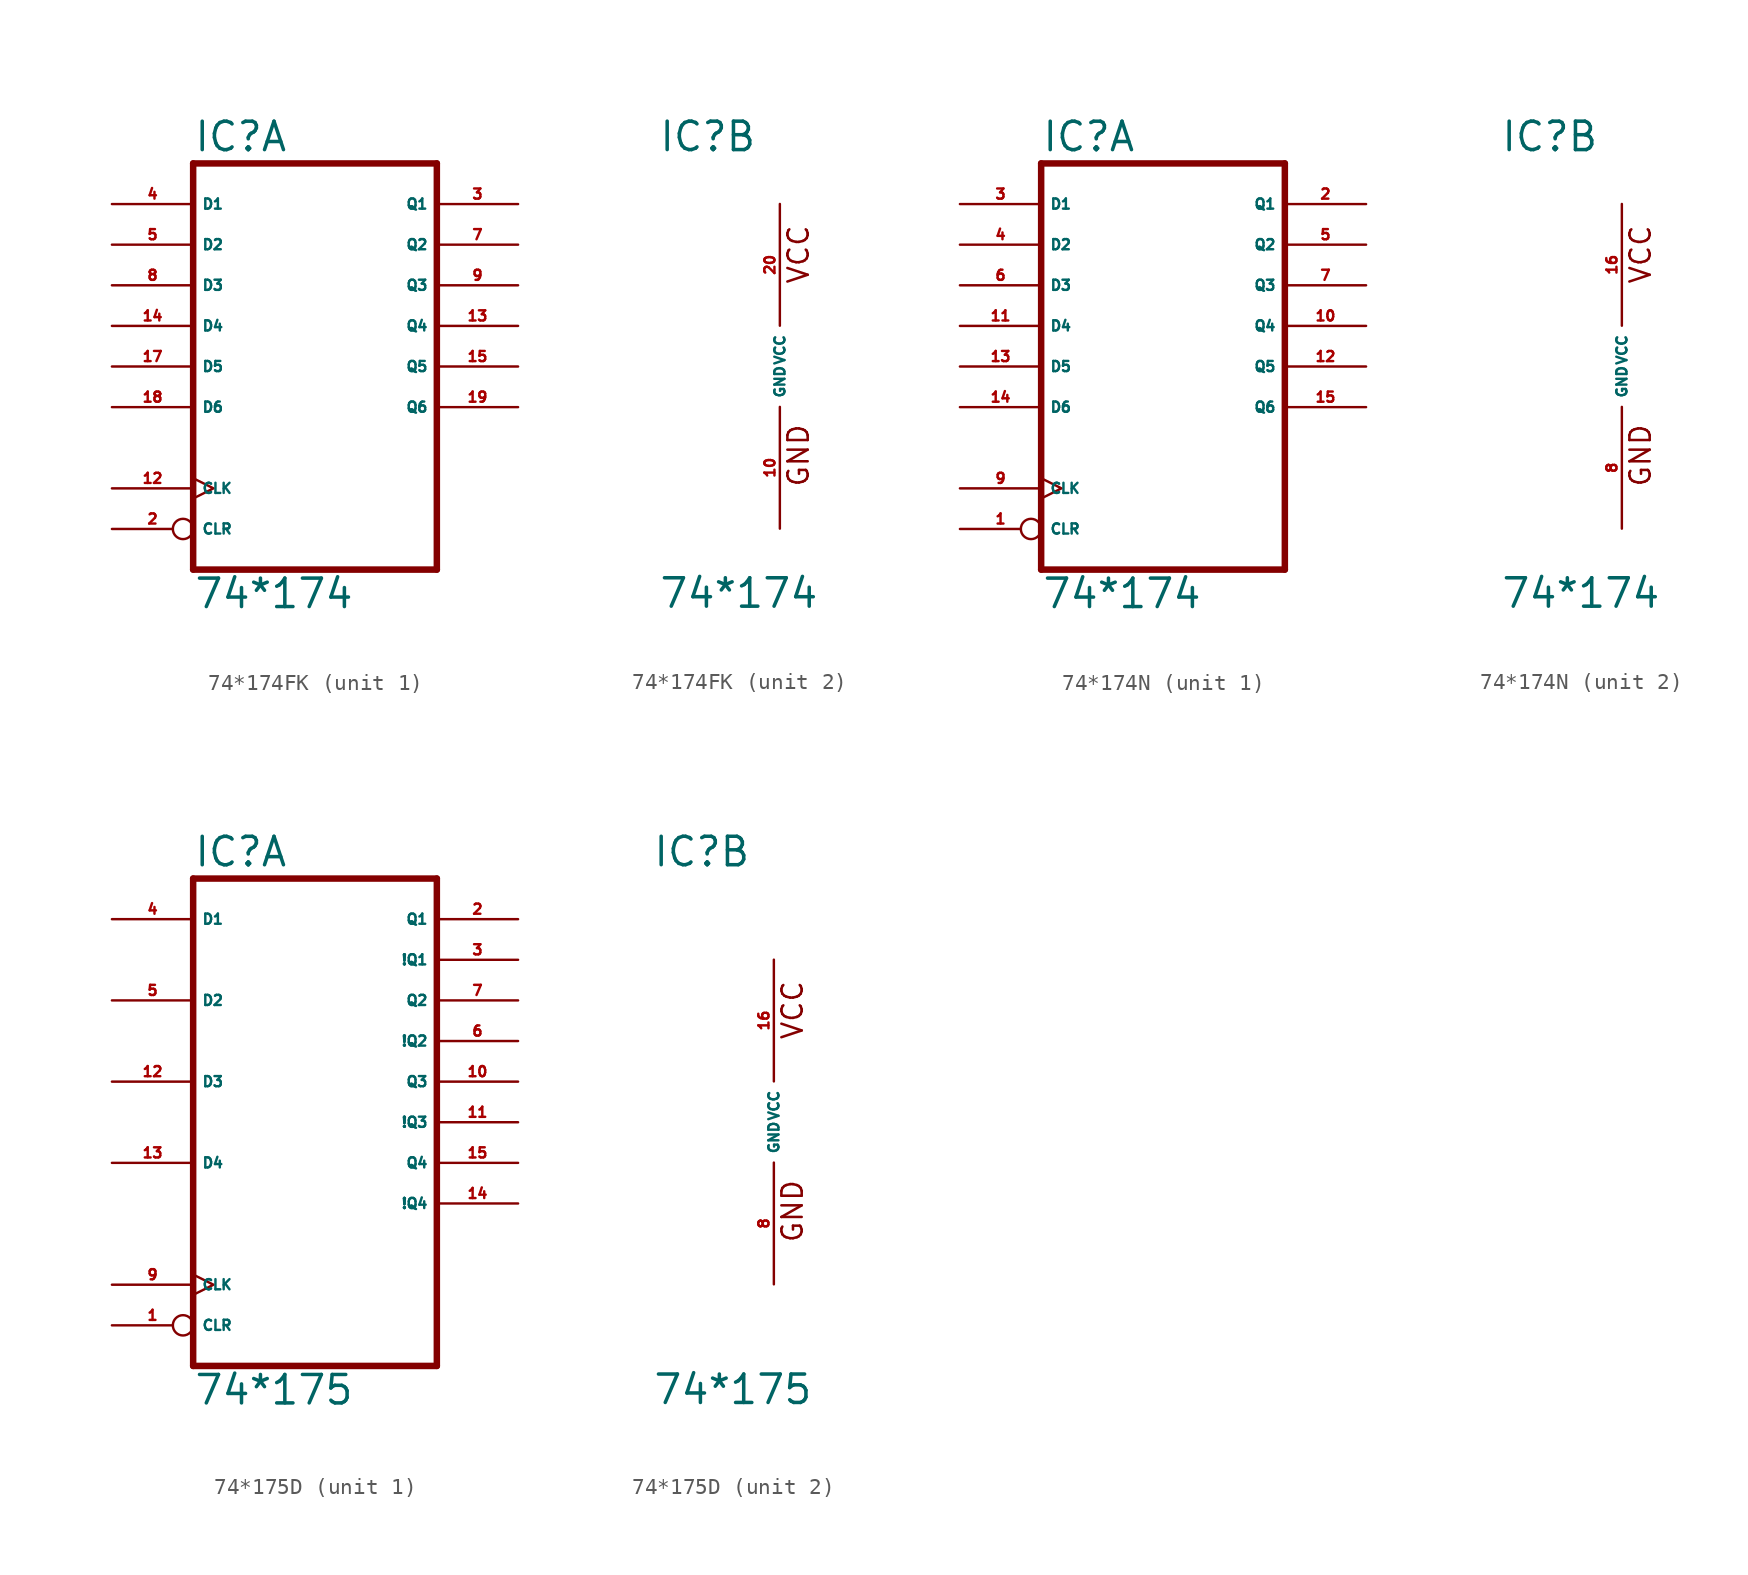
<source format=kicad_sym>
(kicad_symbol_lib
  (version 20220914)
  (generator Eagle2Kicad)
  (symbol "74*174FK"
    (property "Reference" "IC"
      (at -7.62 13.335 0)
      (effects (font (size 1.778 1.778) (thickness 0.22)) (justify left bottom)))
    (property "Value" "74*174"
      (at -7.62 -15.24 0)
      (effects (font (size 1.778 1.778) (thickness 0.22)) (justify left bottom)))
    (symbol "74*174FK_1_0"
      (polyline (pts (xy -7.62 -12.7) (xy 7.62 -12.7)) (stroke (width 0.406) (type default)) (fill (type none)))
      (polyline (pts (xy 7.62 -12.7) (xy 7.62 12.7)) (stroke (width 0.406) (type default)) (fill (type none)))
      (polyline (pts (xy 7.62 12.7) (xy -7.62 12.7)) (stroke (width 0.406) (type default)) (fill (type none)))
      (polyline (pts (xy -7.62 12.7) (xy -7.62 -12.7)) (stroke (width 0.406) (type default)) (fill (type none)))
      (pin input inverted (at -12.7 -10.16 0) (length 5.08) (name "CLR" (effects (font (size 0.635 0.635) (thickness 0.08)) (justify left bottom))) (number "2" (effects (font (size 0.635 0.635) (thickness 0.08)) (justify left bottom))))
      (pin output line (at 12.7 10.16 180) (length 5.08) (name "Q1" (effects (font (size 0.635 0.635) (thickness 0.08)) (justify left bottom))) (number "3" (effects (font (size 0.635 0.635) (thickness 0.08)) (justify left bottom))))
      (pin input line (at -12.7 10.16 0) (length 5.08) (name "D1" (effects (font (size 0.635 0.635) (thickness 0.08)) (justify left bottom))) (number "4" (effects (font (size 0.635 0.635) (thickness 0.08)) (justify left bottom))))
      (pin input line (at -12.7 7.62 0) (length 5.08) (name "D2" (effects (font (size 0.635 0.635) (thickness 0.08)) (justify left bottom))) (number "5" (effects (font (size 0.635 0.635) (thickness 0.08)) (justify left bottom))))
      (pin output line (at 12.7 7.62 180) (length 5.08) (name "Q2" (effects (font (size 0.635 0.635) (thickness 0.08)) (justify left bottom))) (number "7" (effects (font (size 0.635 0.635) (thickness 0.08)) (justify left bottom))))
      (pin input line (at -12.7 5.08 0) (length 5.08) (name "D3" (effects (font (size 0.635 0.635) (thickness 0.08)) (justify left bottom))) (number "8" (effects (font (size 0.635 0.635) (thickness 0.08)) (justify left bottom))))
      (pin output line (at 12.7 5.08 180) (length 5.08) (name "Q3" (effects (font (size 0.635 0.635) (thickness 0.08)) (justify left bottom))) (number "9" (effects (font (size 0.635 0.635) (thickness 0.08)) (justify left bottom))))
      (pin input clock (at -12.7 -7.62 0) (length 5.08) (name "CLK" (effects (font (size 0.635 0.635) (thickness 0.08)) (justify left bottom))) (number "12" (effects (font (size 0.635 0.635) (thickness 0.08)) (justify left bottom))))
      (pin output line (at 12.7 2.54 180) (length 5.08) (name "Q4" (effects (font (size 0.635 0.635) (thickness 0.08)) (justify left bottom))) (number "13" (effects (font (size 0.635 0.635) (thickness 0.08)) (justify left bottom))))
      (pin input line (at -12.7 2.54 0) (length 5.08) (name "D4" (effects (font (size 0.635 0.635) (thickness 0.08)) (justify left bottom))) (number "14" (effects (font (size 0.635 0.635) (thickness 0.08)) (justify left bottom))))
      (pin output line (at 12.7 0 180) (length 5.08) (name "Q5" (effects (font (size 0.635 0.635) (thickness 0.08)) (justify left bottom))) (number "15" (effects (font (size 0.635 0.635) (thickness 0.08)) (justify left bottom))))
      (pin input line (at -12.7 0 0) (length 5.08) (name "D5" (effects (font (size 0.635 0.635) (thickness 0.08)) (justify left bottom))) (number "17" (effects (font (size 0.635 0.635) (thickness 0.08)) (justify left bottom))))
      (pin input line (at -12.7 -2.54 0) (length 5.08) (name "D6" (effects (font (size 0.635 0.635) (thickness 0.08)) (justify left bottom))) (number "18" (effects (font (size 0.635 0.635) (thickness 0.08)) (justify left bottom))))
      (pin output line (at 12.7 -2.54 180) (length 5.08) (name "Q6" (effects (font (size 0.635 0.635) (thickness 0.08)) (justify left bottom))) (number "19" (effects (font (size 0.635 0.635) (thickness 0.08)) (justify left bottom)))))
    (symbol "74*174FK_2_0"
      (text "GND" (at 1.905 -7.62 900) (effects (font (size 1.27 1.27) (thickness 0.16)) (justify left bottom)))
      (text "VCC" (at 1.905 5.08 900) (effects (font (size 1.27 1.27) (thickness 0.16)) (justify left bottom)))
      (pin unspecified line (at 0 -10.16 90) (length 7.62) (name "GND" (effects (font (size 0.635 0.635) (thickness 0.08)) (justify left bottom))) (number "10" (effects (font (size 0.635 0.635) (thickness 0.08)) (justify left bottom))))
      (pin unspecified line (at 0 10.16 270) (length 7.62) (name "VCC" (effects (font (size 0.635 0.635) (thickness 0.08)) (justify left bottom))) (number "20" (effects (font (size 0.635 0.635) (thickness 0.08)) (justify left bottom))))))
  (symbol "74*174N"
    (property "Reference" "IC"
      (at -7.62 13.335 0)
      (effects (font (size 1.778 1.778) (thickness 0.22)) (justify left bottom)))
    (property "Value" "74*174"
      (at -7.62 -15.24 0)
      (effects (font (size 1.778 1.778) (thickness 0.22)) (justify left bottom)))
    (symbol "74*174N_1_0"
      (polyline (pts (xy -7.62 -12.7) (xy 7.62 -12.7)) (stroke (width 0.406) (type default)) (fill (type none)))
      (polyline (pts (xy 7.62 -12.7) (xy 7.62 12.7)) (stroke (width 0.406) (type default)) (fill (type none)))
      (polyline (pts (xy 7.62 12.7) (xy -7.62 12.7)) (stroke (width 0.406) (type default)) (fill (type none)))
      (polyline (pts (xy -7.62 12.7) (xy -7.62 -12.7)) (stroke (width 0.406) (type default)) (fill (type none)))
      (pin input inverted (at -12.7 -10.16 0) (length 5.08) (name "CLR" (effects (font (size 0.635 0.635) (thickness 0.08)) (justify left bottom))) (number "1" (effects (font (size 0.635 0.635) (thickness 0.08)) (justify left bottom))))
      (pin output line (at 12.7 10.16 180) (length 5.08) (name "Q1" (effects (font (size 0.635 0.635) (thickness 0.08)) (justify left bottom))) (number "2" (effects (font (size 0.635 0.635) (thickness 0.08)) (justify left bottom))))
      (pin input line (at -12.7 10.16 0) (length 5.08) (name "D1" (effects (font (size 0.635 0.635) (thickness 0.08)) (justify left bottom))) (number "3" (effects (font (size 0.635 0.635) (thickness 0.08)) (justify left bottom))))
      (pin input line (at -12.7 7.62 0) (length 5.08) (name "D2" (effects (font (size 0.635 0.635) (thickness 0.08)) (justify left bottom))) (number "4" (effects (font (size 0.635 0.635) (thickness 0.08)) (justify left bottom))))
      (pin output line (at 12.7 7.62 180) (length 5.08) (name "Q2" (effects (font (size 0.635 0.635) (thickness 0.08)) (justify left bottom))) (number "5" (effects (font (size 0.635 0.635) (thickness 0.08)) (justify left bottom))))
      (pin input line (at -12.7 5.08 0) (length 5.08) (name "D3" (effects (font (size 0.635 0.635) (thickness 0.08)) (justify left bottom))) (number "6" (effects (font (size 0.635 0.635) (thickness 0.08)) (justify left bottom))))
      (pin output line (at 12.7 5.08 180) (length 5.08) (name "Q3" (effects (font (size 0.635 0.635) (thickness 0.08)) (justify left bottom))) (number "7" (effects (font (size 0.635 0.635) (thickness 0.08)) (justify left bottom))))
      (pin input clock (at -12.7 -7.62 0) (length 5.08) (name "CLK" (effects (font (size 0.635 0.635) (thickness 0.08)) (justify left bottom))) (number "9" (effects (font (size 0.635 0.635) (thickness 0.08)) (justify left bottom))))
      (pin output line (at 12.7 2.54 180) (length 5.08) (name "Q4" (effects (font (size 0.635 0.635) (thickness 0.08)) (justify left bottom))) (number "10" (effects (font (size 0.635 0.635) (thickness 0.08)) (justify left bottom))))
      (pin input line (at -12.7 2.54 0) (length 5.08) (name "D4" (effects (font (size 0.635 0.635) (thickness 0.08)) (justify left bottom))) (number "11" (effects (font (size 0.635 0.635) (thickness 0.08)) (justify left bottom))))
      (pin output line (at 12.7 0 180) (length 5.08) (name "Q5" (effects (font (size 0.635 0.635) (thickness 0.08)) (justify left bottom))) (number "12" (effects (font (size 0.635 0.635) (thickness 0.08)) (justify left bottom))))
      (pin input line (at -12.7 0 0) (length 5.08) (name "D5" (effects (font (size 0.635 0.635) (thickness 0.08)) (justify left bottom))) (number "13" (effects (font (size 0.635 0.635) (thickness 0.08)) (justify left bottom))))
      (pin input line (at -12.7 -2.54 0) (length 5.08) (name "D6" (effects (font (size 0.635 0.635) (thickness 0.08)) (justify left bottom))) (number "14" (effects (font (size 0.635 0.635) (thickness 0.08)) (justify left bottom))))
      (pin output line (at 12.7 -2.54 180) (length 5.08) (name "Q6" (effects (font (size 0.635 0.635) (thickness 0.08)) (justify left bottom))) (number "15" (effects (font (size 0.635 0.635) (thickness 0.08)) (justify left bottom)))))
    (symbol "74*174N_2_0"
      (text "GND" (at 1.905 -7.62 900) (effects (font (size 1.27 1.27) (thickness 0.16)) (justify left bottom)))
      (text "VCC" (at 1.905 5.08 900) (effects (font (size 1.27 1.27) (thickness 0.16)) (justify left bottom)))
      (pin unspecified line (at 0 -10.16 90) (length 7.62) (name "GND" (effects (font (size 0.635 0.635) (thickness 0.08)) (justify left bottom))) (number "8" (effects (font (size 0.635 0.635) (thickness 0.08)) (justify left bottom))))
      (pin unspecified line (at 0 10.16 270) (length 7.62) (name "VCC" (effects (font (size 0.635 0.635) (thickness 0.08)) (justify left bottom))) (number "16" (effects (font (size 0.635 0.635) (thickness 0.08)) (justify left bottom))))))
  (symbol "74*175D"
    (property "Reference" "IC"
      (at -7.62 15.875 0)
      (effects (font (size 1.778 1.778) (thickness 0.22)) (justify left bottom)))
    (property "Value" "74*175"
      (at -7.62 -17.78 0)
      (effects (font (size 1.778 1.778) (thickness 0.22)) (justify left bottom)))
    (symbol "74*175D_1_0"
      (polyline (pts (xy -7.62 -15.24) (xy 7.62 -15.24)) (stroke (width 0.406) (type default)) (fill (type none)))
      (polyline (pts (xy 7.62 -15.24) (xy 7.62 15.24)) (stroke (width 0.406) (type default)) (fill (type none)))
      (polyline (pts (xy 7.62 15.24) (xy -7.62 15.24)) (stroke (width 0.406) (type default)) (fill (type none)))
      (polyline (pts (xy -7.62 15.24) (xy -7.62 -15.24)) (stroke (width 0.406) (type default)) (fill (type none)))
      (pin input inverted (at -12.7 -12.7 0) (length 5.08) (name "CLR" (effects (font (size 0.635 0.635) (thickness 0.08)) (justify left bottom))) (number "1" (effects (font (size 0.635 0.635) (thickness 0.08)) (justify left bottom))))
      (pin output line (at 12.7 12.7 180) (length 5.08) (name "Q1" (effects (font (size 0.635 0.635) (thickness 0.08)) (justify left bottom))) (number "2" (effects (font (size 0.635 0.635) (thickness 0.08)) (justify left bottom))))
      (pin output line (at 12.7 10.16 180) (length 5.08) (name "!Q1" (effects (font (size 0.635 0.635) (thickness 0.08)) (justify left bottom))) (number "3" (effects (font (size 0.635 0.635) (thickness 0.08)) (justify left bottom))))
      (pin input line (at -12.7 12.7 0) (length 5.08) (name "D1" (effects (font (size 0.635 0.635) (thickness 0.08)) (justify left bottom))) (number "4" (effects (font (size 0.635 0.635) (thickness 0.08)) (justify left bottom))))
      (pin input line (at -12.7 7.62 0) (length 5.08) (name "D2" (effects (font (size 0.635 0.635) (thickness 0.08)) (justify left bottom))) (number "5" (effects (font (size 0.635 0.635) (thickness 0.08)) (justify left bottom))))
      (pin output line (at 12.7 5.08 180) (length 5.08) (name "!Q2" (effects (font (size 0.635 0.635) (thickness 0.08)) (justify left bottom))) (number "6" (effects (font (size 0.635 0.635) (thickness 0.08)) (justify left bottom))))
      (pin output line (at 12.7 7.62 180) (length 5.08) (name "Q2" (effects (font (size 0.635 0.635) (thickness 0.08)) (justify left bottom))) (number "7" (effects (font (size 0.635 0.635) (thickness 0.08)) (justify left bottom))))
      (pin input clock (at -12.7 -10.16 0) (length 5.08) (name "CLK" (effects (font (size 0.635 0.635) (thickness 0.08)) (justify left bottom))) (number "9" (effects (font (size 0.635 0.635) (thickness 0.08)) (justify left bottom))))
      (pin output line (at 12.7 2.54 180) (length 5.08) (name "Q3" (effects (font (size 0.635 0.635) (thickness 0.08)) (justify left bottom))) (number "10" (effects (font (size 0.635 0.635) (thickness 0.08)) (justify left bottom))))
      (pin output line (at 12.7 0 180) (length 5.08) (name "!Q3" (effects (font (size 0.635 0.635) (thickness 0.08)) (justify left bottom))) (number "11" (effects (font (size 0.635 0.635) (thickness 0.08)) (justify left bottom))))
      (pin input line (at -12.7 2.54 0) (length 5.08) (name "D3" (effects (font (size 0.635 0.635) (thickness 0.08)) (justify left bottom))) (number "12" (effects (font (size 0.635 0.635) (thickness 0.08)) (justify left bottom))))
      (pin input line (at -12.7 -2.54 0) (length 5.08) (name "D4" (effects (font (size 0.635 0.635) (thickness 0.08)) (justify left bottom))) (number "13" (effects (font (size 0.635 0.635) (thickness 0.08)) (justify left bottom))))
      (pin output line (at 12.7 -5.08 180) (length 5.08) (name "!Q4" (effects (font (size 0.635 0.635) (thickness 0.08)) (justify left bottom))) (number "14" (effects (font (size 0.635 0.635) (thickness 0.08)) (justify left bottom))))
      (pin output line (at 12.7 -2.54 180) (length 5.08) (name "Q4" (effects (font (size 0.635 0.635) (thickness 0.08)) (justify left bottom))) (number "15" (effects (font (size 0.635 0.635) (thickness 0.08)) (justify left bottom)))))
    (symbol "74*175D_2_0"
      (text "GND" (at 1.905 -7.62 900) (effects (font (size 1.27 1.27) (thickness 0.16)) (justify left bottom)))
      (text "VCC" (at 1.905 5.08 900) (effects (font (size 1.27 1.27) (thickness 0.16)) (justify left bottom)))
      (pin unspecified line (at 0 -10.16 90) (length 7.62) (name "GND" (effects (font (size 0.635 0.635) (thickness 0.08)) (justify left bottom))) (number "8" (effects (font (size 0.635 0.635) (thickness 0.08)) (justify left bottom))))
      (pin unspecified line (at 0 10.16 270) (length 7.62) (name "VCC" (effects (font (size 0.635 0.635) (thickness 0.08)) (justify left bottom))) (number "16" (effects (font (size 0.635 0.635) (thickness 0.08)) (justify left bottom)))))))
</source>
